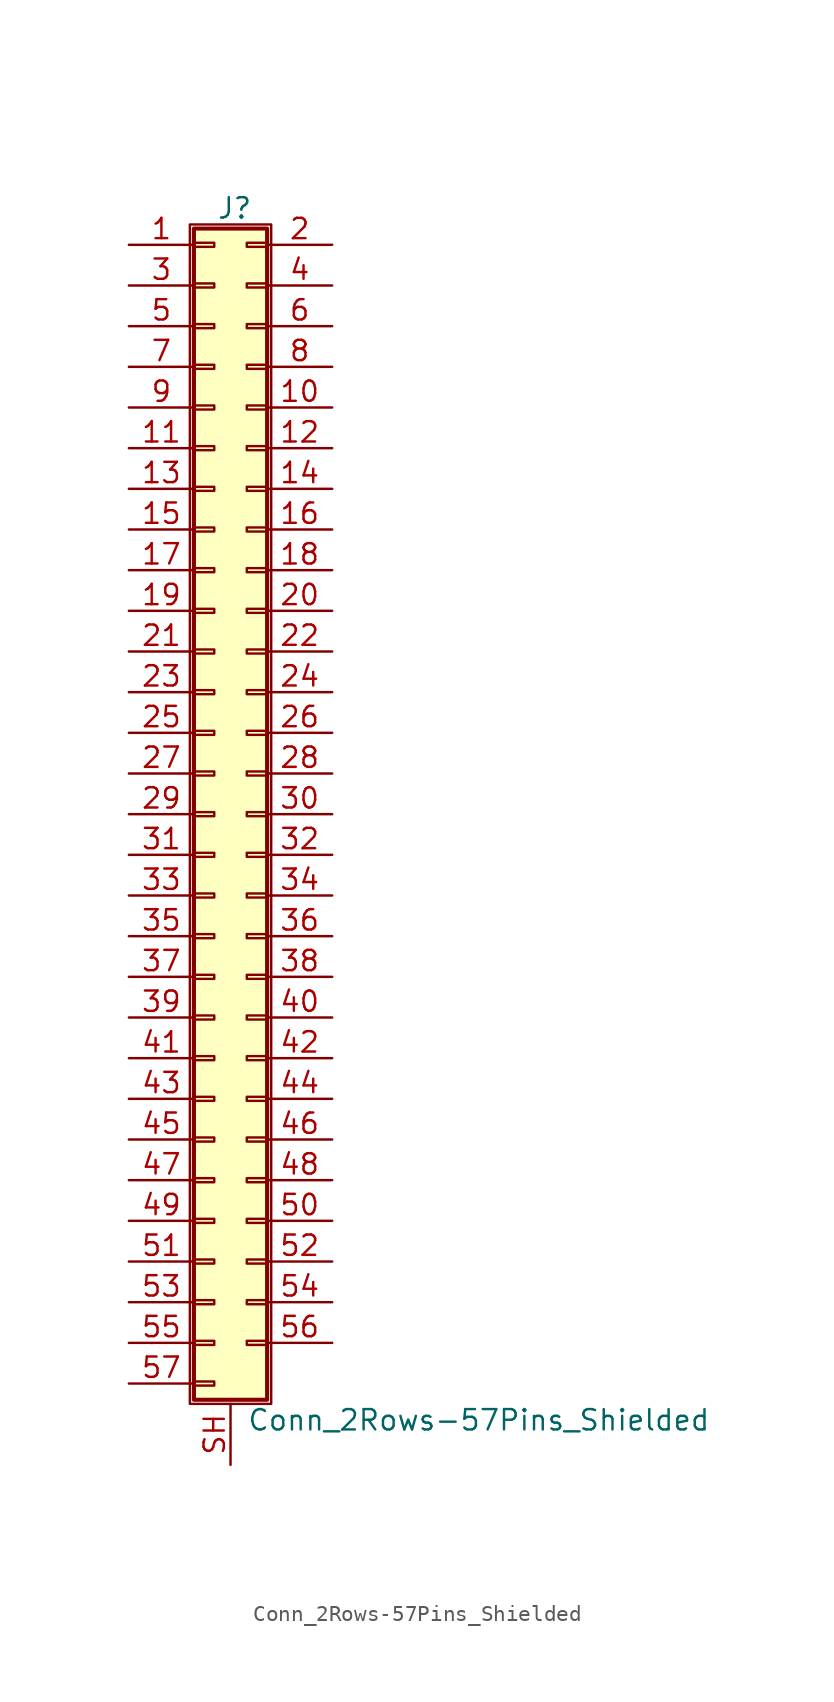
<source format=kicad_sym>
(kicad_symbol_lib
  (version 20201005)
  (generator kicad_symbol_editor)
  (symbol "Conn_2Rows-57Pins_Shielded"
    (pin_names
      (offset 1.016) hide)
    (property "Reference" "J"
      (at 1.524 37.846 0)
      (effects (font (size 1.27 1.27))))
    (property "Value" "Conn_2Rows-57Pins_Shielded"
      (at 2.286 -37.846 0)
      (effects (font (size 1.27 1.27)) (justify left)))
    (symbol "Conn_2Rows-57Pins_Shielded_1_1"
      (rectangle (start -1.27 36.83) (end 3.81 -36.83) (stroke (width 0.152)) (fill (type none)))
      (rectangle (start -1.016 -35.433) (end 0.254 -35.687) (stroke (width 0.152)) (fill (type none)))
      (rectangle (start -1.016 -32.893) (end 0.254 -33.147) (stroke (width 0.152)) (fill (type none)))
      (rectangle (start -1.016 -30.353) (end 0.254 -30.607) (stroke (width 0.152)) (fill (type none)))
      (rectangle (start -1.016 -27.813) (end 0.254 -28.067) (stroke (width 0.152)) (fill (type none)))
      (rectangle (start -1.016 -25.273) (end 0.254 -25.527) (stroke (width 0.152)) (fill (type none)))
      (rectangle (start -1.016 -22.733) (end 0.254 -22.987) (stroke (width 0.152)) (fill (type none)))
      (rectangle (start -1.016 -20.193) (end 0.254 -20.447) (stroke (width 0.152)) (fill (type none)))
      (rectangle (start -1.016 -17.653) (end 0.254 -17.907) (stroke (width 0.152)) (fill (type none)))
      (rectangle (start -1.016 -15.113) (end 0.254 -15.367) (stroke (width 0.152)) (fill (type none)))
      (rectangle (start -1.016 -12.573) (end 0.254 -12.827) (stroke (width 0.152)) (fill (type none)))
      (rectangle (start -1.016 -10.033) (end 0.254 -10.287) (stroke (width 0.152)) (fill (type none)))
      (rectangle (start -1.016 -7.493) (end 0.254 -7.747) (stroke (width 0.152)) (fill (type none)))
      (rectangle (start -1.016 -4.953) (end 0.254 -5.207) (stroke (width 0.152)) (fill (type none)))
      (rectangle (start -1.016 -2.413) (end 0.254 -2.667) (stroke (width 0.152)) (fill (type none)))
      (rectangle (start -1.016 0.127) (end 0.254 -0.127) (stroke (width 0.152)) (fill (type none)))
      (rectangle (start -1.016 2.667) (end 0.254 2.413) (stroke (width 0.152)) (fill (type none)))
      (rectangle (start -1.016 5.207) (end 0.254 4.953) (stroke (width 0.152)) (fill (type none)))
      (rectangle (start -1.016 7.747) (end 0.254 7.493) (stroke (width 0.152)) (fill (type none)))
      (rectangle (start -1.016 10.287) (end 0.254 10.033) (stroke (width 0.152)) (fill (type none)))
      (rectangle (start -1.016 12.827) (end 0.254 12.573) (stroke (width 0.152)) (fill (type none)))
      (rectangle (start -1.016 15.367) (end 0.254 15.113) (stroke (width 0.152)) (fill (type none)))
      (rectangle (start -1.016 17.907) (end 0.254 17.653) (stroke (width 0.152)) (fill (type none)))
      (rectangle (start -1.016 20.447) (end 0.254 20.193) (stroke (width 0.152)) (fill (type none)))
      (rectangle (start -1.016 22.987) (end 0.254 22.733) (stroke (width 0.152)) (fill (type none)))
      (rectangle (start -1.016 25.527) (end 0.254 25.273) (stroke (width 0.152)) (fill (type none)))
      (rectangle (start -1.016 28.067) (end 0.254 27.813) (stroke (width 0.152)) (fill (type none)))
      (rectangle (start -1.016 30.607) (end 0.254 30.353) (stroke (width 0.152)) (fill (type none)))
      (rectangle (start -1.016 33.147) (end 0.254 32.893) (stroke (width 0.152)) (fill (type none)))
      (rectangle (start -1.016 35.687) (end 0.254 35.433) (stroke (width 0.152)) (fill (type none)))
      (rectangle (start 3.556 -32.893) (end 2.286 -33.147) (stroke (width 0.152)) (fill (type none)))
      (rectangle (start 3.556 -30.353) (end 2.286 -30.607) (stroke (width 0.152)) (fill (type none)))
      (rectangle (start 3.556 -27.813) (end 2.286 -28.067) (stroke (width 0.152)) (fill (type none)))
      (rectangle (start 3.556 -25.273) (end 2.286 -25.527) (stroke (width 0.152)) (fill (type none)))
      (rectangle (start 3.556 -22.733) (end 2.286 -22.987) (stroke (width 0.152)) (fill (type none)))
      (rectangle (start 3.556 -20.193) (end 2.286 -20.447) (stroke (width 0.152)) (fill (type none)))
      (rectangle (start 3.556 -17.653) (end 2.286 -17.907) (stroke (width 0.152)) (fill (type none)))
      (rectangle (start 3.556 -15.113) (end 2.286 -15.367) (stroke (width 0.152)) (fill (type none)))
      (rectangle (start 3.556 -12.573) (end 2.286 -12.827) (stroke (width 0.152)) (fill (type none)))
      (rectangle (start 3.556 -10.033) (end 2.286 -10.287) (stroke (width 0.152)) (fill (type none)))
      (rectangle (start 3.556 -7.493) (end 2.286 -7.747) (stroke (width 0.152)) (fill (type none)))
      (rectangle (start 3.556 -4.953) (end 2.286 -5.207) (stroke (width 0.152)) (fill (type none)))
      (rectangle (start 3.556 -2.413) (end 2.286 -2.667) (stroke (width 0.152)) (fill (type none)))
      (rectangle (start 3.556 0.127) (end 2.286 -0.127) (stroke (width 0.152)) (fill (type none)))
      (rectangle (start 3.556 2.667) (end 2.286 2.413) (stroke (width 0.152)) (fill (type none)))
      (rectangle (start 3.556 5.207) (end 2.286 4.953) (stroke (width 0.152)) (fill (type none)))
      (rectangle (start 3.556 7.747) (end 2.286 7.493) (stroke (width 0.152)) (fill (type none)))
      (rectangle (start 3.556 10.287) (end 2.286 10.033) (stroke (width 0.152)) (fill (type none)))
      (rectangle (start 3.556 12.827) (end 2.286 12.573) (stroke (width 0.152)) (fill (type none)))
      (rectangle (start 3.556 15.367) (end 2.286 15.113) (stroke (width 0.152)) (fill (type none)))
      (rectangle (start 3.556 17.907) (end 2.286 17.653) (stroke (width 0.152)) (fill (type none)))
      (rectangle (start 3.556 20.447) (end 2.286 20.193) (stroke (width 0.152)) (fill (type none)))
      (rectangle (start 3.556 22.987) (end 2.286 22.733) (stroke (width 0.152)) (fill (type none)))
      (rectangle (start 3.556 25.527) (end 2.286 25.273) (stroke (width 0.152)) (fill (type none)))
      (rectangle (start 3.556 28.067) (end 2.286 27.813) (stroke (width 0.152)) (fill (type none)))
      (rectangle (start 3.556 30.607) (end 2.286 30.353) (stroke (width 0.152)) (fill (type none)))
      (rectangle (start 3.556 33.147) (end 2.286 32.893) (stroke (width 0.152)) (fill (type none)))
      (rectangle (start 3.556 35.687) (end 2.286 35.433) (stroke (width 0.152)) (fill (type none)))
      (rectangle (start -1.016 36.576) (end 3.556 -36.576) (stroke (width 0.254)) (fill (type background)))
      (pin passive line (at -5.08 35.56 0) (length 4.064) (name "Pin_1" (effects (font (size 1.27 1.27)))) (number "1" (effects (font (size 1.27 1.27)))))
      (pin passive line (at 7.62 25.4 180) (length 4.064) (name "Pin_10" (effects (font (size 1.27 1.27)))) (number "10" (effects (font (size 1.27 1.27)))))
      (pin passive line (at -5.08 22.86 0) (length 4.064) (name "Pin_11" (effects (font (size 1.27 1.27)))) (number "11" (effects (font (size 1.27 1.27)))))
      (pin passive line (at 7.62 22.86 180) (length 4.064) (name "Pin_12" (effects (font (size 1.27 1.27)))) (number "12" (effects (font (size 1.27 1.27)))))
      (pin passive line (at -5.08 20.32 0) (length 4.064) (name "Pin_13" (effects (font (size 1.27 1.27)))) (number "13" (effects (font (size 1.27 1.27)))))
      (pin passive line (at 7.62 20.32 180) (length 4.064) (name "Pin_14" (effects (font (size 1.27 1.27)))) (number "14" (effects (font (size 1.27 1.27)))))
      (pin passive line (at -5.08 17.78 0) (length 4.064) (name "Pin_15" (effects (font (size 1.27 1.27)))) (number "15" (effects (font (size 1.27 1.27)))))
      (pin passive line (at 7.62 17.78 180) (length 4.064) (name "Pin_16" (effects (font (size 1.27 1.27)))) (number "16" (effects (font (size 1.27 1.27)))))
      (pin passive line (at -5.08 15.24 0) (length 4.064) (name "Pin_17" (effects (font (size 1.27 1.27)))) (number "17" (effects (font (size 1.27 1.27)))))
      (pin passive line (at 7.62 15.24 180) (length 4.064) (name "Pin_18" (effects (font (size 1.27 1.27)))) (number "18" (effects (font (size 1.27 1.27)))))
      (pin passive line (at -5.08 12.7 0) (length 4.064) (name "Pin_19" (effects (font (size 1.27 1.27)))) (number "19" (effects (font (size 1.27 1.27)))))
      (pin passive line (at 7.62 35.56 180) (length 4.064) (name "Pin_2" (effects (font (size 1.27 1.27)))) (number "2" (effects (font (size 1.27 1.27)))))
      (pin passive line (at 7.62 12.7 180) (length 4.064) (name "Pin_20" (effects (font (size 1.27 1.27)))) (number "20" (effects (font (size 1.27 1.27)))))
      (pin passive line (at -5.08 10.16 0) (length 4.064) (name "Pin_21" (effects (font (size 1.27 1.27)))) (number "21" (effects (font (size 1.27 1.27)))))
      (pin passive line (at 7.62 10.16 180) (length 4.064) (name "Pin_22" (effects (font (size 1.27 1.27)))) (number "22" (effects (font (size 1.27 1.27)))))
      (pin passive line (at -5.08 7.62 0) (length 4.064) (name "Pin_23" (effects (font (size 1.27 1.27)))) (number "23" (effects (font (size 1.27 1.27)))))
      (pin passive line (at 7.62 7.62 180) (length 4.064) (name "Pin_24" (effects (font (size 1.27 1.27)))) (number "24" (effects (font (size 1.27 1.27)))))
      (pin passive line (at -5.08 5.08 0) (length 4.064) (name "Pin_25" (effects (font (size 1.27 1.27)))) (number "25" (effects (font (size 1.27 1.27)))))
      (pin passive line (at 7.62 5.08 180) (length 4.064) (name "Pin_26" (effects (font (size 1.27 1.27)))) (number "26" (effects (font (size 1.27 1.27)))))
      (pin passive line (at -5.08 2.54 0) (length 4.064) (name "Pin_27" (effects (font (size 1.27 1.27)))) (number "27" (effects (font (size 1.27 1.27)))))
      (pin passive line (at 7.62 2.54 180) (length 4.064) (name "Pin_28" (effects (font (size 1.27 1.27)))) (number "28" (effects (font (size 1.27 1.27)))))
      (pin passive line (at -5.08 0 0) (length 4.064) (name "Pin_29" (effects (font (size 1.27 1.27)))) (number "29" (effects (font (size 1.27 1.27)))))
      (pin passive line (at -5.08 33.02 0) (length 4.064) (name "Pin_3" (effects (font (size 1.27 1.27)))) (number "3" (effects (font (size 1.27 1.27)))))
      (pin passive line (at 7.62 0 180) (length 4.064) (name "Pin_30" (effects (font (size 1.27 1.27)))) (number "30" (effects (font (size 1.27 1.27)))))
      (pin passive line (at -5.08 -2.54 0) (length 4.064) (name "Pin_31" (effects (font (size 1.27 1.27)))) (number "31" (effects (font (size 1.27 1.27)))))
      (pin passive line (at 7.62 -2.54 180) (length 4.064) (name "Pin_32" (effects (font (size 1.27 1.27)))) (number "32" (effects (font (size 1.27 1.27)))))
      (pin passive line (at -5.08 -5.08 0) (length 4.064) (name "Pin_33" (effects (font (size 1.27 1.27)))) (number "33" (effects (font (size 1.27 1.27)))))
      (pin passive line (at 7.62 -5.08 180) (length 4.064) (name "Pin_34" (effects (font (size 1.27 1.27)))) (number "34" (effects (font (size 1.27 1.27)))))
      (pin passive line (at -5.08 -7.62 0) (length 4.064) (name "Pin_35" (effects (font (size 1.27 1.27)))) (number "35" (effects (font (size 1.27 1.27)))))
      (pin passive line (at 7.62 -7.62 180) (length 4.064) (name "Pin_36" (effects (font (size 1.27 1.27)))) (number "36" (effects (font (size 1.27 1.27)))))
      (pin passive line (at -5.08 -10.16 0) (length 4.064) (name "Pin_37" (effects (font (size 1.27 1.27)))) (number "37" (effects (font (size 1.27 1.27)))))
      (pin passive line (at 7.62 -10.16 180) (length 4.064) (name "Pin_38" (effects (font (size 1.27 1.27)))) (number "38" (effects (font (size 1.27 1.27)))))
      (pin passive line (at -5.08 -12.7 0) (length 4.064) (name "Pin_39" (effects (font (size 1.27 1.27)))) (number "39" (effects (font (size 1.27 1.27)))))
      (pin passive line (at 7.62 33.02 180) (length 4.064) (name "Pin_4" (effects (font (size 1.27 1.27)))) (number "4" (effects (font (size 1.27 1.27)))))
      (pin passive line (at 7.62 -12.7 180) (length 4.064) (name "Pin_40" (effects (font (size 1.27 1.27)))) (number "40" (effects (font (size 1.27 1.27)))))
      (pin passive line (at -5.08 -15.24 0) (length 4.064) (name "Pin_41" (effects (font (size 1.27 1.27)))) (number "41" (effects (font (size 1.27 1.27)))))
      (pin passive line (at 7.62 -15.24 180) (length 4.064) (name "Pin_42" (effects (font (size 1.27 1.27)))) (number "42" (effects (font (size 1.27 1.27)))))
      (pin passive line (at -5.08 -17.78 0) (length 4.064) (name "Pin_43" (effects (font (size 1.27 1.27)))) (number "43" (effects (font (size 1.27 1.27)))))
      (pin passive line (at 7.62 -17.78 180) (length 4.064) (name "Pin_44" (effects (font (size 1.27 1.27)))) (number "44" (effects (font (size 1.27 1.27)))))
      (pin passive line (at -5.08 -20.32 0) (length 4.064) (name "Pin_45" (effects (font (size 1.27 1.27)))) (number "45" (effects (font (size 1.27 1.27)))))
      (pin passive line (at 7.62 -20.32 180) (length 4.064) (name "Pin_46" (effects (font (size 1.27 1.27)))) (number "46" (effects (font (size 1.27 1.27)))))
      (pin passive line (at -5.08 -22.86 0) (length 4.064) (name "Pin_47" (effects (font (size 1.27 1.27)))) (number "47" (effects (font (size 1.27 1.27)))))
      (pin passive line (at 7.62 -22.86 180) (length 4.064) (name "Pin_48" (effects (font (size 1.27 1.27)))) (number "48" (effects (font (size 1.27 1.27)))))
      (pin passive line (at -5.08 -25.4 0) (length 4.064) (name "Pin_49" (effects (font (size 1.27 1.27)))) (number "49" (effects (font (size 1.27 1.27)))))
      (pin passive line (at -5.08 30.48 0) (length 4.064) (name "Pin_5" (effects (font (size 1.27 1.27)))) (number "5" (effects (font (size 1.27 1.27)))))
      (pin passive line (at 7.62 -25.4 180) (length 4.064) (name "Pin_50" (effects (font (size 1.27 1.27)))) (number "50" (effects (font (size 1.27 1.27)))))
      (pin passive line (at -5.08 -27.94 0) (length 4.064) (name "Pin_51" (effects (font (size 1.27 1.27)))) (number "51" (effects (font (size 1.27 1.27)))))
      (pin passive line (at 7.62 -27.94 180) (length 4.064) (name "Pin_52" (effects (font (size 1.27 1.27)))) (number "52" (effects (font (size 1.27 1.27)))))
      (pin passive line (at -5.08 -30.48 0) (length 4.064) (name "Pin_53" (effects (font (size 1.27 1.27)))) (number "53" (effects (font (size 1.27 1.27)))))
      (pin passive line (at 7.62 -30.48 180) (length 4.064) (name "Pin_54" (effects (font (size 1.27 1.27)))) (number "54" (effects (font (size 1.27 1.27)))))
      (pin passive line (at -5.08 -33.02 0) (length 4.064) (name "Pin_55" (effects (font (size 1.27 1.27)))) (number "55" (effects (font (size 1.27 1.27)))))
      (pin passive line (at 7.62 -33.02 180) (length 4.064) (name "Pin_56" (effects (font (size 1.27 1.27)))) (number "56" (effects (font (size 1.27 1.27)))))
      (pin passive line (at -5.08 -35.56 0) (length 4.064) (name "Pin_57" (effects (font (size 1.27 1.27)))) (number "57" (effects (font (size 1.27 1.27)))))
      (pin passive line (at 7.62 30.48 180) (length 4.064) (name "Pin_6" (effects (font (size 1.27 1.27)))) (number "6" (effects (font (size 1.27 1.27)))))
      (pin passive line (at -5.08 27.94 0) (length 4.064) (name "Pin_7" (effects (font (size 1.27 1.27)))) (number "7" (effects (font (size 1.27 1.27)))))
      (pin passive line (at 7.62 27.94 180) (length 4.064) (name "Pin_8" (effects (font (size 1.27 1.27)))) (number "8" (effects (font (size 1.27 1.27)))))
      (pin passive line (at -5.08 25.4 0) (length 4.064) (name "Pin_9" (effects (font (size 1.27 1.27)))) (number "9" (effects (font (size 1.27 1.27)))))
      (pin passive line (at 1.27 -40.64 90) (length 3.81) (name "Shield" (effects (font (size 1.27 1.27)))) (number "SH" (effects (font (size 1.27 1.27))))))))
</source>
